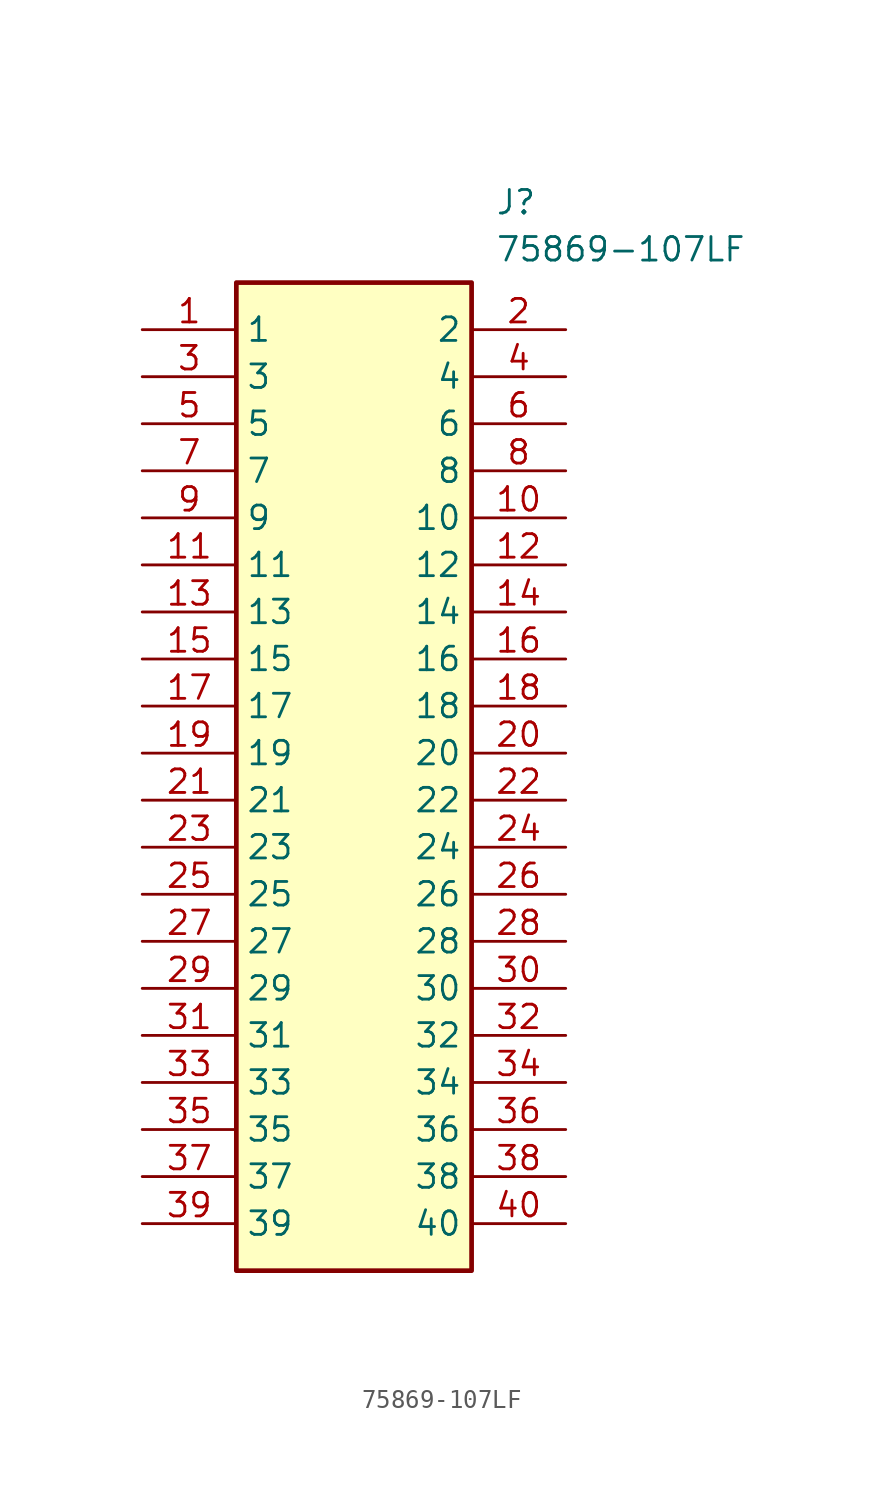
<source format=kicad_sym>
(kicad_symbol_lib
  (version 20211014)
  (generator SamacSys_ECAD_Model)
  (symbol "75869-107LF"
    (property "Reference" "J"
      (at 19.05 7.62 0)
      (effects (font (size 1.27 1.27)) (justify left top)))
    (property "Value" "75869-107LF"
      (at 19.05 5.08 0)
      (effects (font (size 1.27 1.27)) (justify left top)))
    (rectangle
      (start 5.08 2.54)
      (end 17.78 -50.8)
      (stroke (width 0.254) (type default))
      (fill (type background)))
    (pin passive line
      (at 0 0 0)
      (length 5.08)
      (name "1" (effects (font (size 1.27 1.27))))
      (number "1" (effects (font (size 1.27 1.27)))))
    (pin passive line
      (at 0 -2.54 0)
      (length 5.08)
      (name "3" (effects (font (size 1.27 1.27))))
      (number "3" (effects (font (size 1.27 1.27)))))
    (pin passive line
      (at 0 -5.08 0)
      (length 5.08)
      (name "5" (effects (font (size 1.27 1.27))))
      (number "5" (effects (font (size 1.27 1.27)))))
    (pin passive line
      (at 0 -7.62 0)
      (length 5.08)
      (name "7" (effects (font (size 1.27 1.27))))
      (number "7" (effects (font (size 1.27 1.27)))))
    (pin passive line
      (at 0 -10.16 0)
      (length 5.08)
      (name "9" (effects (font (size 1.27 1.27))))
      (number "9" (effects (font (size 1.27 1.27)))))
    (pin passive line
      (at 0 -12.7 0)
      (length 5.08)
      (name "11" (effects (font (size 1.27 1.27))))
      (number "11" (effects (font (size 1.27 1.27)))))
    (pin passive line
      (at 0 -15.24 0)
      (length 5.08)
      (name "13" (effects (font (size 1.27 1.27))))
      (number "13" (effects (font (size 1.27 1.27)))))
    (pin passive line
      (at 0 -17.78 0)
      (length 5.08)
      (name "15" (effects (font (size 1.27 1.27))))
      (number "15" (effects (font (size 1.27 1.27)))))
    (pin passive line
      (at 0 -20.32 0)
      (length 5.08)
      (name "17" (effects (font (size 1.27 1.27))))
      (number "17" (effects (font (size 1.27 1.27)))))
    (pin passive line
      (at 0 -22.86 0)
      (length 5.08)
      (name "19" (effects (font (size 1.27 1.27))))
      (number "19" (effects (font (size 1.27 1.27)))))
    (pin passive line
      (at 0 -25.4 0)
      (length 5.08)
      (name "21" (effects (font (size 1.27 1.27))))
      (number "21" (effects (font (size 1.27 1.27)))))
    (pin passive line
      (at 0 -27.94 0)
      (length 5.08)
      (name "23" (effects (font (size 1.27 1.27))))
      (number "23" (effects (font (size 1.27 1.27)))))
    (pin passive line
      (at 0 -30.48 0)
      (length 5.08)
      (name "25" (effects (font (size 1.27 1.27))))
      (number "25" (effects (font (size 1.27 1.27)))))
    (pin passive line
      (at 0 -33.02 0)
      (length 5.08)
      (name "27" (effects (font (size 1.27 1.27))))
      (number "27" (effects (font (size 1.27 1.27)))))
    (pin passive line
      (at 0 -35.56 0)
      (length 5.08)
      (name "29" (effects (font (size 1.27 1.27))))
      (number "29" (effects (font (size 1.27 1.27)))))
    (pin passive line
      (at 0 -38.1 0)
      (length 5.08)
      (name "31" (effects (font (size 1.27 1.27))))
      (number "31" (effects (font (size 1.27 1.27)))))
    (pin passive line
      (at 0 -40.64 0)
      (length 5.08)
      (name "33" (effects (font (size 1.27 1.27))))
      (number "33" (effects (font (size 1.27 1.27)))))
    (pin passive line
      (at 0 -43.18 0)
      (length 5.08)
      (name "35" (effects (font (size 1.27 1.27))))
      (number "35" (effects (font (size 1.27 1.27)))))
    (pin passive line
      (at 0 -45.72 0)
      (length 5.08)
      (name "37" (effects (font (size 1.27 1.27))))
      (number "37" (effects (font (size 1.27 1.27)))))
    (pin passive line
      (at 0 -48.26 0)
      (length 5.08)
      (name "39" (effects (font (size 1.27 1.27))))
      (number "39" (effects (font (size 1.27 1.27)))))
    (pin passive line
      (at 22.86 0 180)
      (length 5.08)
      (name "2" (effects (font (size 1.27 1.27))))
      (number "2" (effects (font (size 1.27 1.27)))))
    (pin passive line
      (at 22.86 -2.54 180)
      (length 5.08)
      (name "4" (effects (font (size 1.27 1.27))))
      (number "4" (effects (font (size 1.27 1.27)))))
    (pin passive line
      (at 22.86 -5.08 180)
      (length 5.08)
      (name "6" (effects (font (size 1.27 1.27))))
      (number "6" (effects (font (size 1.27 1.27)))))
    (pin passive line
      (at 22.86 -7.62 180)
      (length 5.08)
      (name "8" (effects (font (size 1.27 1.27))))
      (number "8" (effects (font (size 1.27 1.27)))))
    (pin passive line
      (at 22.86 -10.16 180)
      (length 5.08)
      (name "10" (effects (font (size 1.27 1.27))))
      (number "10" (effects (font (size 1.27 1.27)))))
    (pin passive line
      (at 22.86 -12.7 180)
      (length 5.08)
      (name "12" (effects (font (size 1.27 1.27))))
      (number "12" (effects (font (size 1.27 1.27)))))
    (pin passive line
      (at 22.86 -15.24 180)
      (length 5.08)
      (name "14" (effects (font (size 1.27 1.27))))
      (number "14" (effects (font (size 1.27 1.27)))))
    (pin passive line
      (at 22.86 -17.78 180)
      (length 5.08)
      (name "16" (effects (font (size 1.27 1.27))))
      (number "16" (effects (font (size 1.27 1.27)))))
    (pin passive line
      (at 22.86 -20.32 180)
      (length 5.08)
      (name "18" (effects (font (size 1.27 1.27))))
      (number "18" (effects (font (size 1.27 1.27)))))
    (pin passive line
      (at 22.86 -22.86 180)
      (length 5.08)
      (name "20" (effects (font (size 1.27 1.27))))
      (number "20" (effects (font (size 1.27 1.27)))))
    (pin passive line
      (at 22.86 -25.4 180)
      (length 5.08)
      (name "22" (effects (font (size 1.27 1.27))))
      (number "22" (effects (font (size 1.27 1.27)))))
    (pin passive line
      (at 22.86 -27.94 180)
      (length 5.08)
      (name "24" (effects (font (size 1.27 1.27))))
      (number "24" (effects (font (size 1.27 1.27)))))
    (pin passive line
      (at 22.86 -30.48 180)
      (length 5.08)
      (name "26" (effects (font (size 1.27 1.27))))
      (number "26" (effects (font (size 1.27 1.27)))))
    (pin passive line
      (at 22.86 -33.02 180)
      (length 5.08)
      (name "28" (effects (font (size 1.27 1.27))))
      (number "28" (effects (font (size 1.27 1.27)))))
    (pin passive line
      (at 22.86 -35.56 180)
      (length 5.08)
      (name "30" (effects (font (size 1.27 1.27))))
      (number "30" (effects (font (size 1.27 1.27)))))
    (pin passive line
      (at 22.86 -38.1 180)
      (length 5.08)
      (name "32" (effects (font (size 1.27 1.27))))
      (number "32" (effects (font (size 1.27 1.27)))))
    (pin passive line
      (at 22.86 -40.64 180)
      (length 5.08)
      (name "34" (effects (font (size 1.27 1.27))))
      (number "34" (effects (font (size 1.27 1.27)))))
    (pin passive line
      (at 22.86 -43.18 180)
      (length 5.08)
      (name "36" (effects (font (size 1.27 1.27))))
      (number "36" (effects (font (size 1.27 1.27)))))
    (pin passive line
      (at 22.86 -45.72 180)
      (length 5.08)
      (name "38" (effects (font (size 1.27 1.27))))
      (number "38" (effects (font (size 1.27 1.27)))))
    (pin passive line
      (at 22.86 -48.26 180)
      (length 5.08)
      (name "40" (effects (font (size 1.27 1.27))))
      (number "40" (effects (font (size 1.27 1.27)))))))
</source>
